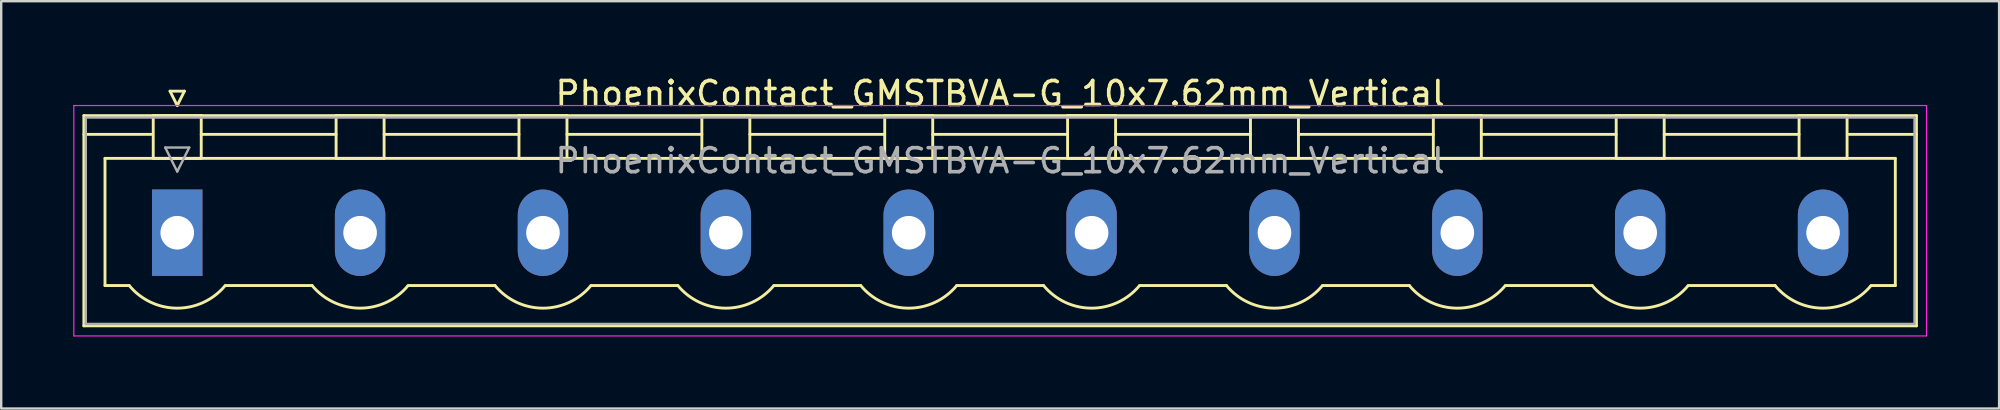
<source format=kicad_pcb>
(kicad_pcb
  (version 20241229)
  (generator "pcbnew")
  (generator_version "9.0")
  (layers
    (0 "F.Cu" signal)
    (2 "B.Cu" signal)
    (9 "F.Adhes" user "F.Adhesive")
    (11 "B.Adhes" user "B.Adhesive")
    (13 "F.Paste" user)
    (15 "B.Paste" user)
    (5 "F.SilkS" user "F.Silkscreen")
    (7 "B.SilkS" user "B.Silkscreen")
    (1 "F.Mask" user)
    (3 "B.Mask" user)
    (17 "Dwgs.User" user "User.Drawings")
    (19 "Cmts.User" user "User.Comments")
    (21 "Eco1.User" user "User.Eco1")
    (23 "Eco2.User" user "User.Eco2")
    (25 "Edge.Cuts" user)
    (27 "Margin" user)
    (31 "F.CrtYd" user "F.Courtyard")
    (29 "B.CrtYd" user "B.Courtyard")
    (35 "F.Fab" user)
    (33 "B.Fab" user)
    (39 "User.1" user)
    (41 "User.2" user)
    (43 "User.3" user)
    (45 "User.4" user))
  (footprint "PhoenixContact_GMSTBVA-G_10x7.62mm_Vertical"
    (layer "F.Cu")
    (at 4.335 6.648)
    (property "Reference" "PhoenixContact_GMSTBVA-G_10x7.62mm_Vertical" (at 34.29 -5.8 0) (layer "F.SilkS") (effects (font (size 1 1) (thickness 0.15))))
    (attr through_hole)
    (fp_line (start -3.89 -4.88) (end -3.89 3.88) (stroke (width 0.12) (type solid)) (layer "F.SilkS"))
    (fp_line (start -3.89 -4.1) (end -1.08 -4.1) (stroke (width 0.12) (type solid)) (layer "F.SilkS"))
    (fp_line (start -3.89 3.88) (end 72.47 3.88) (stroke (width 0.12) (type solid)) (layer "F.SilkS"))
    (fp_line (start -3.01 -3.1) (end 71.59 -3.1) (stroke (width 0.12) (type solid)) (layer "F.SilkS"))
    (fp_line (start -3.01 2.2) (end -3.01 -3.1) (stroke (width 0.12) (type solid)) (layer "F.SilkS"))
    (fp_line (start -2 2.2) (end -3.01 2.2) (stroke (width 0.12) (type solid)) (layer "F.SilkS"))
    (fp_line (start -1 -4.88) (end 1 -4.88) (stroke (width 0.12) (type solid)) (layer "F.SilkS"))
    (fp_line (start -1 -3.1) (end -1 -4.88) (stroke (width 0.12) (type solid)) (layer "F.SilkS"))
    (fp_line (start -0.3 -5.9) (end 0.3 -5.9) (stroke (width 0.12) (type solid)) (layer "F.SilkS"))
    (fp_line (start 0 -5.3) (end -0.3 -5.9) (stroke (width 0.12) (type solid)) (layer "F.SilkS"))
    (fp_line (start 0.3 -5.9) (end 0 -5.3) (stroke (width 0.12) (type solid)) (layer "F.SilkS"))
    (fp_line (start 1 -4.88) (end 1 -3.1) (stroke (width 0.12) (type solid)) (layer "F.SilkS"))
    (fp_line (start 1 -4.1) (end 6.62 -4.1) (stroke (width 0.12) (type solid)) (layer "F.SilkS"))
    (fp_line (start 1 -3.1) (end -1 -3.1) (stroke (width 0.12) (type solid)) (layer "F.SilkS"))
    (fp_line (start 2 2.2) (end 5.62 2.2) (stroke (width 0.12) (type solid)) (layer "F.SilkS"))
    (fp_line (start 6.62 -4.88) (end 8.62 -4.88) (stroke (width 0.12) (type solid)) (layer "F.SilkS"))
    (fp_line (start 6.62 -3.1) (end 6.62 -4.88) (stroke (width 0.12) (type solid)) (layer "F.SilkS"))
    (fp_line (start 8.62 -4.88) (end 8.62 -3.1) (stroke (width 0.12) (type solid)) (layer "F.SilkS"))
    (fp_line (start 8.62 -4.1) (end 14.24 -4.1) (stroke (width 0.12) (type solid)) (layer "F.SilkS"))
    (fp_line (start 8.62 -3.1) (end 6.62 -3.1) (stroke (width 0.12) (type solid)) (layer "F.SilkS"))
    (fp_line (start 9.62 2.2) (end 13.24 2.2) (stroke (width 0.12) (type solid)) (layer "F.SilkS"))
    (fp_line (start 14.24 -4.88) (end 16.24 -4.88) (stroke (width 0.12) (type solid)) (layer "F.SilkS"))
    (fp_line (start 14.24 -3.1) (end 14.24 -4.88) (stroke (width 0.12) (type solid)) (layer "F.SilkS"))
    (fp_line (start 16.24 -4.88) (end 16.24 -3.1) (stroke (width 0.12) (type solid)) (layer "F.SilkS"))
    (fp_line (start 16.24 -4.1) (end 21.86 -4.1) (stroke (width 0.12) (type solid)) (layer "F.SilkS"))
    (fp_line (start 16.24 -3.1) (end 14.24 -3.1) (stroke (width 0.12) (type solid)) (layer "F.SilkS"))
    (fp_line (start 17.24 2.2) (end 20.86 2.2) (stroke (width 0.12) (type solid)) (layer "F.SilkS"))
    (fp_line (start 21.86 -4.88) (end 23.86 -4.88) (stroke (width 0.12) (type solid)) (layer "F.SilkS"))
    (fp_line (start 21.86 -3.1) (end 21.86 -4.88) (stroke (width 0.12) (type solid)) (layer "F.SilkS"))
    (fp_line (start 23.86 -4.88) (end 23.86 -3.1) (stroke (width 0.12) (type solid)) (layer "F.SilkS"))
    (fp_line (start 23.86 -4.1) (end 29.48 -4.1) (stroke (width 0.12) (type solid)) (layer "F.SilkS"))
    (fp_line (start 23.86 -3.1) (end 21.86 -3.1) (stroke (width 0.12) (type solid)) (layer "F.SilkS"))
    (fp_line (start 24.86 2.2) (end 28.48 2.2) (stroke (width 0.12) (type solid)) (layer "F.SilkS"))
    (fp_line (start 29.48 -4.88) (end 31.48 -4.88) (stroke (width 0.12) (type solid)) (layer "F.SilkS"))
    (fp_line (start 29.48 -3.1) (end 29.48 -4.88) (stroke (width 0.12) (type solid)) (layer "F.SilkS"))
    (fp_line (start 31.48 -4.88) (end 31.48 -3.1) (stroke (width 0.12) (type solid)) (layer "F.SilkS"))
    (fp_line (start 31.48 -4.1) (end 37.1 -4.1) (stroke (width 0.12) (type solid)) (layer "F.SilkS"))
    (fp_line (start 31.48 -3.1) (end 29.48 -3.1) (stroke (width 0.12) (type solid)) (layer "F.SilkS"))
    (fp_line (start 32.48 2.2) (end 36.1 2.2) (stroke (width 0.12) (type solid)) (layer "F.SilkS"))
    (fp_line (start 37.1 -4.88) (end 39.1 -4.88) (stroke (width 0.12) (type solid)) (layer "F.SilkS"))
    (fp_line (start 37.1 -3.1) (end 37.1 -4.88) (stroke (width 0.12) (type solid)) (layer "F.SilkS"))
    (fp_line (start 39.1 -4.88) (end 39.1 -3.1) (stroke (width 0.12) (type solid)) (layer "F.SilkS"))
    (fp_line (start 39.1 -4.1) (end 44.72 -4.1) (stroke (width 0.12) (type solid)) (layer "F.SilkS"))
    (fp_line (start 39.1 -3.1) (end 37.1 -3.1) (stroke (width 0.12) (type solid)) (layer "F.SilkS"))
    (fp_line (start 40.1 2.2) (end 43.72 2.2) (stroke (width 0.12) (type solid)) (layer "F.SilkS"))
    (fp_line (start 44.72 -4.88) (end 46.72 -4.88) (stroke (width 0.12) (type solid)) (layer "F.SilkS"))
    (fp_line (start 44.72 -3.1) (end 44.72 -4.88) (stroke (width 0.12) (type solid)) (layer "F.SilkS"))
    (fp_line (start 46.72 -4.88) (end 46.72 -3.1) (stroke (width 0.12) (type solid)) (layer "F.SilkS"))
    (fp_line (start 46.72 -4.1) (end 52.34 -4.1) (stroke (width 0.12) (type solid)) (layer "F.SilkS"))
    (fp_line (start 46.72 -3.1) (end 44.72 -3.1) (stroke (width 0.12) (type solid)) (layer "F.SilkS"))
    (fp_line (start 47.72 2.2) (end 51.34 2.2) (stroke (width 0.12) (type solid)) (layer "F.SilkS"))
    (fp_line (start 52.34 -4.88) (end 54.34 -4.88) (stroke (width 0.12) (type solid)) (layer "F.SilkS"))
    (fp_line (start 52.34 -3.1) (end 52.34 -4.88) (stroke (width 0.12) (type solid)) (layer "F.SilkS"))
    (fp_line (start 54.34 -4.88) (end 54.34 -3.1) (stroke (width 0.12) (type solid)) (layer "F.SilkS"))
    (fp_line (start 54.34 -4.1) (end 59.96 -4.1) (stroke (width 0.12) (type solid)) (layer "F.SilkS"))
    (fp_line (start 54.34 -3.1) (end 52.34 -3.1) (stroke (width 0.12) (type solid)) (layer "F.SilkS"))
    (fp_line (start 55.34 2.2) (end 58.96 2.2) (stroke (width 0.12) (type solid)) (layer "F.SilkS"))
    (fp_line (start 59.96 -4.88) (end 61.96 -4.88) (stroke (width 0.12) (type solid)) (layer "F.SilkS"))
    (fp_line (start 59.96 -3.1) (end 59.96 -4.88) (stroke (width 0.12) (type solid)) (layer "F.SilkS"))
    (fp_line (start 61.96 -4.88) (end 61.96 -3.1) (stroke (width 0.12) (type solid)) (layer "F.SilkS"))
    (fp_line (start 61.96 -4.1) (end 67.58 -4.1) (stroke (width 0.12) (type solid)) (layer "F.SilkS"))
    (fp_line (start 61.96 -3.1) (end 59.96 -3.1) (stroke (width 0.12) (type solid)) (layer "F.SilkS"))
    (fp_line (start 62.96 2.2) (end 66.58 2.2) (stroke (width 0.12) (type solid)) (layer "F.SilkS"))
    (fp_line (start 67.58 -4.88) (end 69.58 -4.88) (stroke (width 0.12) (type solid)) (layer "F.SilkS"))
    (fp_line (start 67.58 -3.1) (end 67.58 -4.88) (stroke (width 0.12) (type solid)) (layer "F.SilkS"))
    (fp_line (start 69.58 -4.88) (end 69.58 -3.1) (stroke (width 0.12) (type solid)) (layer "F.SilkS"))
    (fp_line (start 69.58 -3.1) (end 67.58 -3.1) (stroke (width 0.12) (type solid)) (layer "F.SilkS"))
    (fp_line (start 71.59 -3.1) (end 71.59 2.2) (stroke (width 0.12) (type solid)) (layer "F.SilkS"))
    (fp_line (start 71.59 2.2) (end 70.58 2.2) (stroke (width 0.12) (type solid)) (layer "F.SilkS"))
    (fp_line (start 72.47 -4.88) (end -3.89 -4.88) (stroke (width 0.12) (type solid)) (layer "F.SilkS"))
    (fp_line (start 72.47 -4.1) (end 69.66 -4.1) (stroke (width 0.12) (type solid)) (layer "F.SilkS"))
    (fp_line (start 72.47 3.88) (end 72.47 -4.88) (stroke (width 0.12) (type solid)) (layer "F.SilkS"))
    (fp_arc (start 1.986842 2.215821) (mid -0.010289 3.142758) (end -2 2.2) (stroke (width 0.12) (type solid)) (layer "F.SilkS"))
    (fp_arc (start 9.606842 2.215821) (mid 7.609711 3.142758) (end 5.62 2.2) (stroke (width 0.12) (type solid)) (layer "F.SilkS"))
    (fp_arc (start 17.226842 2.215821) (mid 15.229711 3.142758) (end 13.24 2.2) (stroke (width 0.12) (type solid)) (layer "F.SilkS"))
    (fp_arc (start 24.846842 2.215821) (mid 22.849711 3.142758) (end 20.86 2.2) (stroke (width 0.12) (type solid)) (layer "F.SilkS"))
    (fp_arc (start 32.466842 2.215821) (mid 30.469711 3.142758) (end 28.48 2.2) (stroke (width 0.12) (type solid)) (layer "F.SilkS"))
    (fp_arc (start 40.086842 2.215821) (mid 38.089711 3.142758) (end 36.1 2.2) (stroke (width 0.12) (type solid)) (layer "F.SilkS"))
    (fp_arc (start 47.706842 2.215821) (mid 45.709711 3.142758) (end 43.72 2.2) (stroke (width 0.12) (type solid)) (layer "F.SilkS"))
    (fp_arc (start 55.326842 2.215821) (mid 53.329711 3.142758) (end 51.34 2.2) (stroke (width 0.12) (type solid)) (layer "F.SilkS"))
    (fp_arc (start 62.946842 2.215821) (mid 60.949711 3.142758) (end 58.96 2.2) (stroke (width 0.12) (type solid)) (layer "F.SilkS"))
    (fp_arc (start 70.566842 2.215821) (mid 68.569711 3.142758) (end 66.58 2.2) (stroke (width 0.12) (type solid)) (layer "F.SilkS"))
    (fp_line (start -4.31 -5.3) (end -4.31 4.3) (stroke (width 0.05) (type solid)) (layer "F.CrtYd"))
    (fp_line (start -4.31 4.3) (end 72.89 4.3) (stroke (width 0.05) (type solid)) (layer "F.CrtYd"))
    (fp_line (start 72.89 -5.3) (end -4.31 -5.3) (stroke (width 0.05) (type solid)) (layer "F.CrtYd"))
    (fp_line (start 72.89 4.3) (end 72.89 -5.3) (stroke (width 0.05) (type solid)) (layer "F.CrtYd"))
    (fp_line (start -3.81 -4.8) (end -3.81 3.8) (stroke (width 0.1) (type solid)) (layer "F.Fab"))
    (fp_line (start -3.81 3.8) (end 72.39 3.8) (stroke (width 0.1) (type solid)) (layer "F.Fab"))
    (fp_line (start -0.5 -3.55) (end 0.5 -3.55) (stroke (width 0.1) (type solid)) (layer "F.Fab"))
    (fp_line (start 0 -2.55) (end -0.5 -3.55) (stroke (width 0.1) (type solid)) (layer "F.Fab"))
    (fp_line (start 0.5 -3.55) (end 0 -2.55) (stroke (width 0.1) (type solid)) (layer "F.Fab"))
    (fp_line (start 72.39 -4.8) (end -3.81 -4.8) (stroke (width 0.1) (type solid)) (layer "F.Fab"))
    (fp_line (start 72.39 3.8) (end 72.39 -4.8) (stroke (width 0.1) (type solid)) (layer "F.Fab"))
    (fp_text user "${REFERENCE}" (at 34.29 -3 0) (layer "F.Fab") (effects (font (size 1 1) (thickness 0.15))))
    (pad "1" thru_hole rect (at 0 0) (size 2.1 3.6) (drill 1.4) (layers "*.Cu" "*.Mask"))
    (pad "2" thru_hole oval (at 7.62 0) (size 2.1 3.6) (drill 1.4) (layers "*.Cu" "*.Mask"))
    (pad "3" thru_hole oval (at 15.24 0) (size 2.1 3.6) (drill 1.4) (layers "*.Cu" "*.Mask"))
    (pad "4" thru_hole oval (at 22.86 0) (size 2.1 3.6) (drill 1.4) (layers "*.Cu" "*.Mask"))
    (pad "5" thru_hole oval (at 30.48 0) (size 2.1 3.6) (drill 1.4) (layers "*.Cu" "*.Mask"))
    (pad "6" thru_hole oval (at 38.1 0) (size 2.1 3.6) (drill 1.4) (layers "*.Cu" "*.Mask"))
    (pad "7" thru_hole oval (at 45.72 0) (size 2.1 3.6) (drill 1.4) (layers "*.Cu" "*.Mask"))
    (pad "8" thru_hole oval (at 53.34 0) (size 2.1 3.6) (drill 1.4) (layers "*.Cu" "*.Mask"))
    (pad "9" thru_hole oval (at 60.96 0) (size 2.1 3.6) (drill 1.4) (layers "*.Cu" "*.Mask"))
    (pad "10" thru_hole oval (at 68.58 0) (size 2.1 3.6) (drill 1.4) (layers "*.Cu" "*.Mask")))
  (gr_rect
    (start -3 -3)
    (end 80.25 13.973)
    (stroke (width 0.1) (type default))
    (fill no)
    (layer "Edge.Cuts")))
</source>
